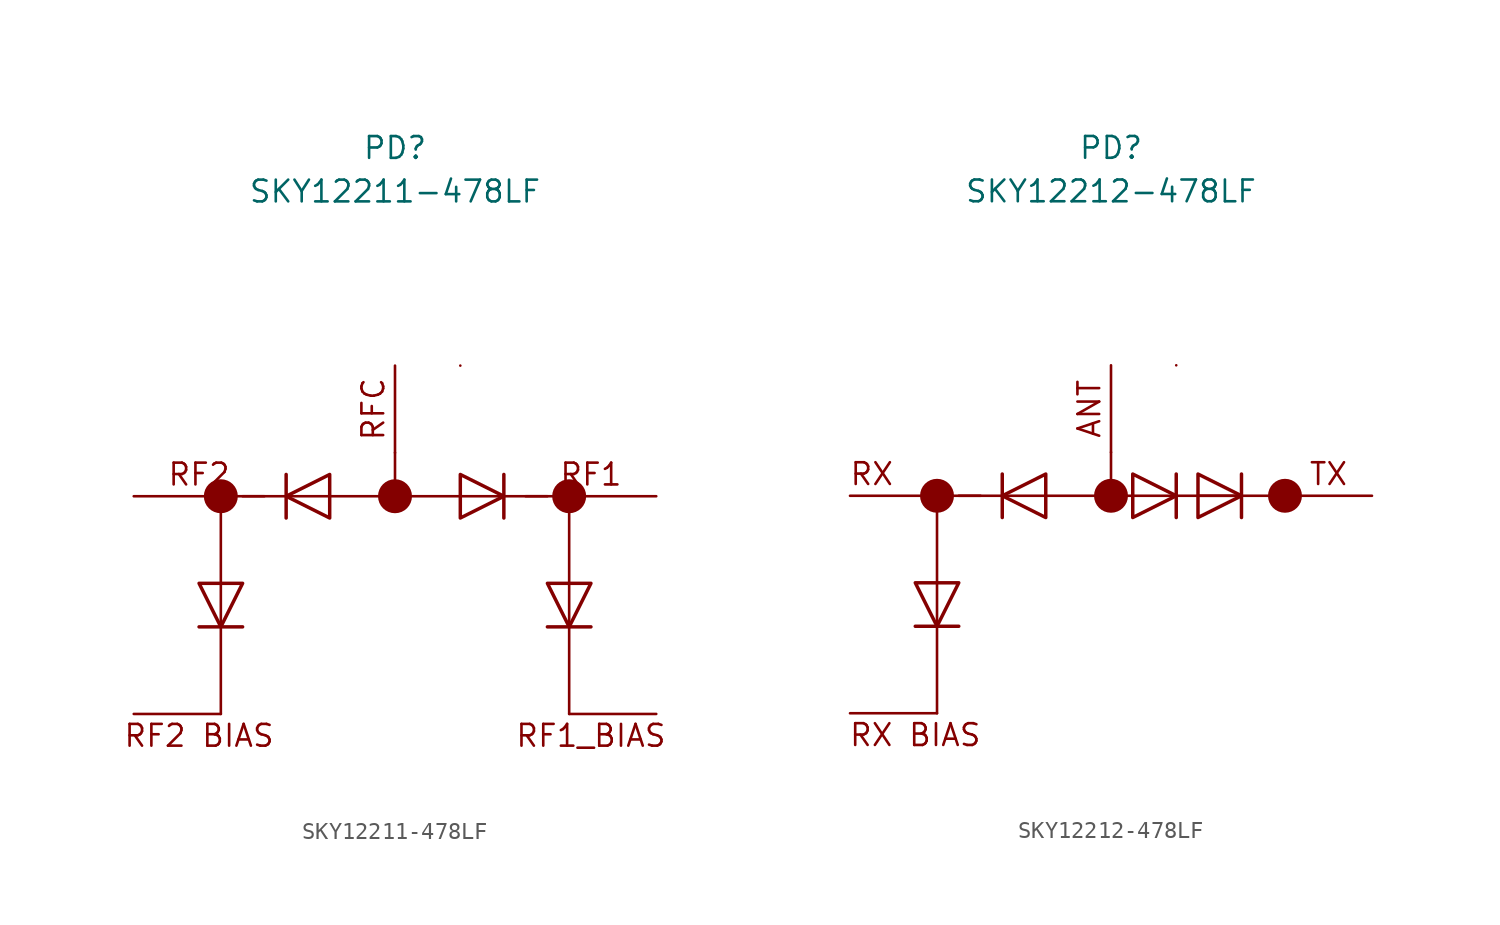
<source format=kicad_sym>
(kicad_symbol_lib
  (version 20211014)
  (generator kicad_symbol_editor)
  (symbol "SKY12211-478LF"
    (pin_numbers hide)
    (pin_names
      (offset 1.016) hide)
    (property "Reference" "PD"
      (at 0 20.32 0)
      (effects (font (size 1.27 1.27))))
    (property "Value" "SKY12211-478LF"
      (at 0 17.78 0)
      (effects (font (size 1.27 1.27))))
    (symbol "SKY12211-478LF_0_0"
      (polyline (pts (xy -10.16 -7.62) (xy -10.16 -12.7)) (stroke (width 0.152) (type default) (color 0 0 0 0)) (fill (type none)))
      (polyline (pts (xy -10.16 -5.08) (xy -10.16 0)) (stroke (width 0.152) (type default) (color 0 0 0 0)) (fill (type none)))
      (polyline (pts (xy 10.16 -7.62) (xy 10.16 -12.7)) (stroke (width 0.152) (type default) (color 0 0 0 0)) (fill (type none)))
      (polyline (pts (xy 10.16 -5.08) (xy 10.16 0)) (stroke (width 0.152) (type default) (color 0 0 0 0)) (fill (type none)))
      (text "RF1" (at 11.43 1.27 0) (effects (font (size 1.27 1.27))))
      (text "RF1_BIAS" (at 11.43 -13.97 0) (effects (font (size 1.27 1.27))))
      (text "RF2" (at -11.43 1.27 0) (effects (font (size 1.27 1.27))))
      (text "RF2 BIAS" (at -11.43 -13.97 0) (effects (font (size 1.27 1.27))))
      (text "RFC" (at -1.27 5.08 900) (effects (font (size 1.27 1.27)))))
    (symbol "SKY12211-478LF_0_1"
      (circle (center 0 0) (radius 0.0001) (stroke (width 0.991) (type default) (color 0 0 0 0)) (fill (type none)))
      (polyline (pts (xy -7.62 0) (xy -10.16 0)) (stroke (width 0) (type default) (color 0 0 0 0)) (fill (type none)))
      (polyline (pts (xy -6.35 0) (xy -8.89 0)) (stroke (width 0) (type default) (color 0 0 0 0)) (fill (type none)))
      (polyline (pts (xy -3.81 0) (xy 3.81 0)) (stroke (width 0) (type default) (color 0 0 0 0)) (fill (type none)))
      (polyline (pts (xy 0 0) (xy 0 2.54)) (stroke (width 0) (type default) (color 0 0 0 0)) (fill (type none)))
      (polyline (pts (xy 3.81 7.62) (xy 3.81 7.62)) (stroke (width 0) (type default) (color 0 0 0 0)) (fill (type none)))
      (polyline (pts (xy 6.35 0) (xy 8.89 0)) (stroke (width 0) (type default) (color 0 0 0 0)) (fill (type none)))
      (circle (center 10.16 0) (radius 0.0001) (stroke (width 0.991) (type default) (color 0 0 0 0)) (fill (type none))))
    (symbol "SKY12211-478LF_1_1"
      (circle (center -10.16 0) (radius 0.0001) (stroke (width 0.991) (type default) (color 0 0 0 0)) (fill (type none)))
      (polyline (pts (xy -11.43 -7.62) (xy -8.89 -7.62)) (stroke (width 0.203) (type default) (color 0 0 0 0)) (fill (type none)))
      (polyline (pts (xy -10.16 -5.08) (xy -10.16 -7.62)) (stroke (width 0) (type default) (color 0 0 0 0)) (fill (type none)))
      (polyline (pts (xy -6.35 1.27) (xy -6.35 -1.27)) (stroke (width 0.203) (type default) (color 0 0 0 0)) (fill (type none)))
      (polyline (pts (xy -3.81 0) (xy -6.35 0)) (stroke (width 0) (type default) (color 0 0 0 0)) (fill (type none)))
      (polyline (pts (xy 3.81 0) (xy 6.35 0)) (stroke (width 0) (type default) (color 0 0 0 0)) (fill (type none)))
      (polyline (pts (xy 6.35 -1.27) (xy 6.35 1.27)) (stroke (width 0.203) (type default) (color 0 0 0 0)) (fill (type none)))
      (polyline (pts (xy 7.62 0) (xy 10.16 0)) (stroke (width 0) (type default) (color 0 0 0 0)) (fill (type none)))
      (polyline (pts (xy 8.89 -7.62) (xy 11.43 -7.62)) (stroke (width 0.203) (type default) (color 0 0 0 0)) (fill (type none)))
      (polyline (pts (xy 10.16 -5.08) (xy 10.16 -7.62)) (stroke (width 0) (type default) (color 0 0 0 0)) (fill (type none)))
      (polyline (pts (xy -11.43 -5.08) (xy -8.89 -5.08) (xy -10.16 -7.62) (xy -11.43 -5.08)) (stroke (width 0.203) (type default) (color 0 0 0 0)) (fill (type none)))
      (polyline (pts (xy -3.81 1.27) (xy -3.81 -1.27) (xy -6.35 0) (xy -3.81 1.27)) (stroke (width 0.203) (type default) (color 0 0 0 0)) (fill (type none)))
      (polyline (pts (xy 3.81 -1.27) (xy 3.81 1.27) (xy 6.35 0) (xy 3.81 -1.27)) (stroke (width 0.203) (type default) (color 0 0 0 0)) (fill (type none)))
      (polyline (pts (xy 8.89 -5.08) (xy 11.43 -5.08) (xy 10.16 -7.62) (xy 8.89 -5.08)) (stroke (width 0.203) (type default) (color 0 0 0 0)) (fill (type none)))
      (pin power_in line (at 0 -12.7 90) (length 5.08) hide (name "GND" (effects (font (size 1.27 1.27)))) (number "1" (effects (font (size 1.27 1.27)))))
      (pin no_connect line (at 0 -12.7 90) (length 5.08) hide (name "NC" (effects (font (size 1.27 1.27)))) (number "10" (effects (font (size 1.27 1.27)))))
      (pin passive line (at 15.24 -12.7 180) (length 5.08) (name "RF1_BIAS" (effects (font (size 1.27 1.27)))) (number "11" (effects (font (size 1.27 1.27)))))
      (pin no_connect line (at 0 -12.7 90) (length 5.08) hide (name "NC" (effects (font (size 1.27 1.27)))) (number "12" (effects (font (size 1.27 1.27)))))
      (pin power_in line (at 0 -12.7 90) (length 5.08) hide (name "GND" (effects (font (size 1.27 1.27)))) (number "13" (effects (font (size 1.27 1.27)))))
      (pin passive line (at 15.24 0 180) (length 5.08) (name "RF1" (effects (font (size 1.27 1.27)))) (number "14" (effects (font (size 1.27 1.27)))))
      (pin power_in line (at 0 -12.7 90) (length 5.08) hide (name "GND" (effects (font (size 1.27 1.27)))) (number "15" (effects (font (size 1.27 1.27)))))
      (pin no_connect line (at 0 -12.7 90) (length 5.08) hide (name "NC" (effects (font (size 1.27 1.27)))) (number "16" (effects (font (size 1.27 1.27)))))
      (pin power_in line (at 0 -12.7 90) (length 5.08) hide (name "GND" (effects (font (size 1.27 1.27)))) (number "17" (effects (font (size 1.27 1.27)))))
      (pin passive line (at 0 7.62 270) (length 5.08) (name "RFC" (effects (font (size 1.27 1.27)))) (number "2" (effects (font (size 1.27 1.27)))))
      (pin power_in line (at 0 -12.7 90) (length 5.08) hide (name "GND" (effects (font (size 1.27 1.27)))) (number "3" (effects (font (size 1.27 1.27)))))
      (pin no_connect line (at 0 -12.7 90) (length 5.08) hide (name "NC" (effects (font (size 1.27 1.27)))) (number "4" (effects (font (size 1.27 1.27)))))
      (pin no_connect line (at 0 -12.7 90) (length 5.08) hide (name "NC" (effects (font (size 1.27 1.27)))) (number "5" (effects (font (size 1.27 1.27)))))
      (pin power_in line (at 0 -12.7 90) (length 5.08) hide (name "GND" (effects (font (size 1.27 1.27)))) (number "6" (effects (font (size 1.27 1.27)))))
      (pin passive line (at -15.24 0 0) (length 5.08) (name "RF2" (effects (font (size 1.27 1.27)))) (number "7" (effects (font (size 1.27 1.27)))))
      (pin power_in line (at 0 -12.7 90) (length 5.08) hide (name "GND" (effects (font (size 1.27 1.27)))) (number "8" (effects (font (size 1.27 1.27)))))
      (pin passive line (at -15.24 -12.7 0) (length 5.08) (name "RF2_BIAS" (effects (font (size 1.27 1.27)))) (number "9" (effects (font (size 1.27 1.27)))))))
  (symbol "SKY12212-478LF"
    (pin_numbers hide)
    (pin_names
      (offset 1.016) hide)
    (property "Reference" "PD"
      (at 0 20.32 0)
      (effects (font (size 1.27 1.27))))
    (property "Value" "SKY12212-478LF"
      (at 0 17.78 0)
      (effects (font (size 1.27 1.27))))
    (symbol "SKY12212-478LF_0_0"
      (polyline (pts (xy -10.16 -7.62) (xy -10.16 -12.7)) (stroke (width 0.152) (type default) (color 0 0 0 0)) (fill (type none)))
      (polyline (pts (xy -10.16 -5.08) (xy -10.16 0)) (stroke (width 0.152) (type default) (color 0 0 0 0)) (fill (type none)))
      (text "ANT" (at -1.27 5.08 900) (effects (font (size 1.27 1.27))))
      (text "RX" (at -13.97 1.27 0) (effects (font (size 1.27 1.27))))
      (text "RX BIAS" (at -11.43 -13.97 0) (effects (font (size 1.27 1.27))))
      (text "TX" (at 12.7 1.27 0) (effects (font (size 1.27 1.27)))))
    (symbol "SKY12212-478LF_0_1"
      (circle (center 0 0) (radius 0.0001) (stroke (width 0.991) (type default) (color 0 0 0 0)) (fill (type none)))
      (polyline (pts (xy -7.62 0) (xy -10.16 0)) (stroke (width 0) (type default) (color 0 0 0 0)) (fill (type none)))
      (polyline (pts (xy -6.35 0) (xy -8.89 0)) (stroke (width 0) (type default) (color 0 0 0 0)) (fill (type none)))
      (polyline (pts (xy -3.81 0) (xy 1.27 0)) (stroke (width 0) (type default) (color 0 0 0 0)) (fill (type none)))
      (polyline (pts (xy 0 0) (xy 0 2.54)) (stroke (width 0) (type default) (color 0 0 0 0)) (fill (type none)))
      (polyline (pts (xy 3.81 7.62) (xy 3.81 7.62)) (stroke (width 0) (type default) (color 0 0 0 0)) (fill (type none)))
      (circle (center 10.16 0) (radius 0.0001) (stroke (width 0.991) (type default) (color 0 0 0 0)) (fill (type none))))
    (symbol "SKY12212-478LF_1_1"
      (circle (center -10.16 0) (radius 0.0001) (stroke (width 0.991) (type default) (color 0 0 0 0)) (fill (type none)))
      (polyline (pts (xy -11.43 -7.62) (xy -8.89 -7.62)) (stroke (width 0.203) (type default) (color 0 0 0 0)) (fill (type none)))
      (polyline (pts (xy -10.16 -5.08) (xy -10.16 -7.62)) (stroke (width 0) (type default) (color 0 0 0 0)) (fill (type none)))
      (polyline (pts (xy -6.35 1.27) (xy -6.35 -1.27)) (stroke (width 0.203) (type default) (color 0 0 0 0)) (fill (type none)))
      (polyline (pts (xy -3.81 0) (xy -6.35 0)) (stroke (width 0) (type default) (color 0 0 0 0)) (fill (type none)))
      (polyline (pts (xy 1.27 0) (xy 3.81 0)) (stroke (width 0) (type default) (color 0 0 0 0)) (fill (type none)))
      (polyline (pts (xy 3.81 -1.27) (xy 3.81 1.27)) (stroke (width 0.203) (type default) (color 0 0 0 0)) (fill (type none)))
      (polyline (pts (xy 3.81 0) (xy 10.16 0)) (stroke (width 0) (type default) (color 0 0 0 0)) (fill (type none)))
      (polyline (pts (xy 5.08 0) (xy 7.62 0)) (stroke (width 0) (type default) (color 0 0 0 0)) (fill (type none)))
      (polyline (pts (xy 7.62 -1.27) (xy 7.62 1.27)) (stroke (width 0.203) (type default) (color 0 0 0 0)) (fill (type none)))
      (polyline (pts (xy -11.43 -5.08) (xy -8.89 -5.08) (xy -10.16 -7.62) (xy -11.43 -5.08)) (stroke (width 0.203) (type default) (color 0 0 0 0)) (fill (type none)))
      (polyline (pts (xy -3.81 1.27) (xy -3.81 -1.27) (xy -6.35 0) (xy -3.81 1.27)) (stroke (width 0.203) (type default) (color 0 0 0 0)) (fill (type none)))
      (polyline (pts (xy 1.27 -1.27) (xy 1.27 1.27) (xy 3.81 0) (xy 1.27 -1.27)) (stroke (width 0.203) (type default) (color 0 0 0 0)) (fill (type none)))
      (polyline (pts (xy 5.08 -1.27) (xy 5.08 1.27) (xy 7.62 0) (xy 5.08 -1.27)) (stroke (width 0.203) (type default) (color 0 0 0 0)) (fill (type none)))
      (pin power_in line (at 0 -12.7 90) (length 5.08) hide (name "GND" (effects (font (size 1.27 1.27)))) (number "1" (effects (font (size 1.27 1.27)))))
      (pin no_connect line (at 0 -12.7 90) (length 5.08) hide (name "NC" (effects (font (size 1.27 1.27)))) (number "10" (effects (font (size 1.27 1.27)))))
      (pin no_connect line (at 0 -12.7 90) (length 5.08) hide (name "~" (effects (font (size 1.27 1.27)))) (number "11" (effects (font (size 1.27 1.27)))))
      (pin no_connect line (at 0 -12.7 90) (length 5.08) hide (name "NC" (effects (font (size 1.27 1.27)))) (number "12" (effects (font (size 1.27 1.27)))))
      (pin power_in line (at 0 -12.7 90) (length 5.08) hide (name "GND" (effects (font (size 1.27 1.27)))) (number "13" (effects (font (size 1.27 1.27)))))
      (pin passive line (at 15.24 0 180) (length 5.08) (name "TX" (effects (font (size 1.27 1.27)))) (number "14" (effects (font (size 1.27 1.27)))))
      (pin power_in line (at 0 -12.7 90) (length 5.08) hide (name "GND" (effects (font (size 1.27 1.27)))) (number "15" (effects (font (size 1.27 1.27)))))
      (pin no_connect line (at 0 -12.7 90) (length 5.08) hide (name "NC" (effects (font (size 1.27 1.27)))) (number "16" (effects (font (size 1.27 1.27)))))
      (pin power_in line (at 0 -12.7 90) (length 5.08) hide (name "GND" (effects (font (size 1.27 1.27)))) (number "17" (effects (font (size 1.27 1.27)))))
      (pin passive line (at 0 7.62 270) (length 5.08) (name "ANT" (effects (font (size 1.27 1.27)))) (number "2" (effects (font (size 1.27 1.27)))))
      (pin power_in line (at 0 -12.7 90) (length 5.08) hide (name "GND" (effects (font (size 1.27 1.27)))) (number "3" (effects (font (size 1.27 1.27)))))
      (pin no_connect line (at 0 -12.7 90) (length 5.08) hide (name "NC" (effects (font (size 1.27 1.27)))) (number "4" (effects (font (size 1.27 1.27)))))
      (pin no_connect line (at 0 -12.7 90) (length 5.08) hide (name "NC" (effects (font (size 1.27 1.27)))) (number "5" (effects (font (size 1.27 1.27)))))
      (pin power_in line (at 0 -12.7 90) (length 5.08) hide (name "GND" (effects (font (size 1.27 1.27)))) (number "6" (effects (font (size 1.27 1.27)))))
      (pin passive line (at -15.24 0 0) (length 5.08) (name "RX" (effects (font (size 1.27 1.27)))) (number "7" (effects (font (size 1.27 1.27)))))
      (pin power_in line (at 0 -12.7 90) (length 5.08) hide (name "GND" (effects (font (size 1.27 1.27)))) (number "8" (effects (font (size 1.27 1.27)))))
      (pin passive line (at -15.24 -12.7 0) (length 5.08) (name "RX_BIAS" (effects (font (size 1.27 1.27)))) (number "9" (effects (font (size 1.27 1.27))))))))
</source>
